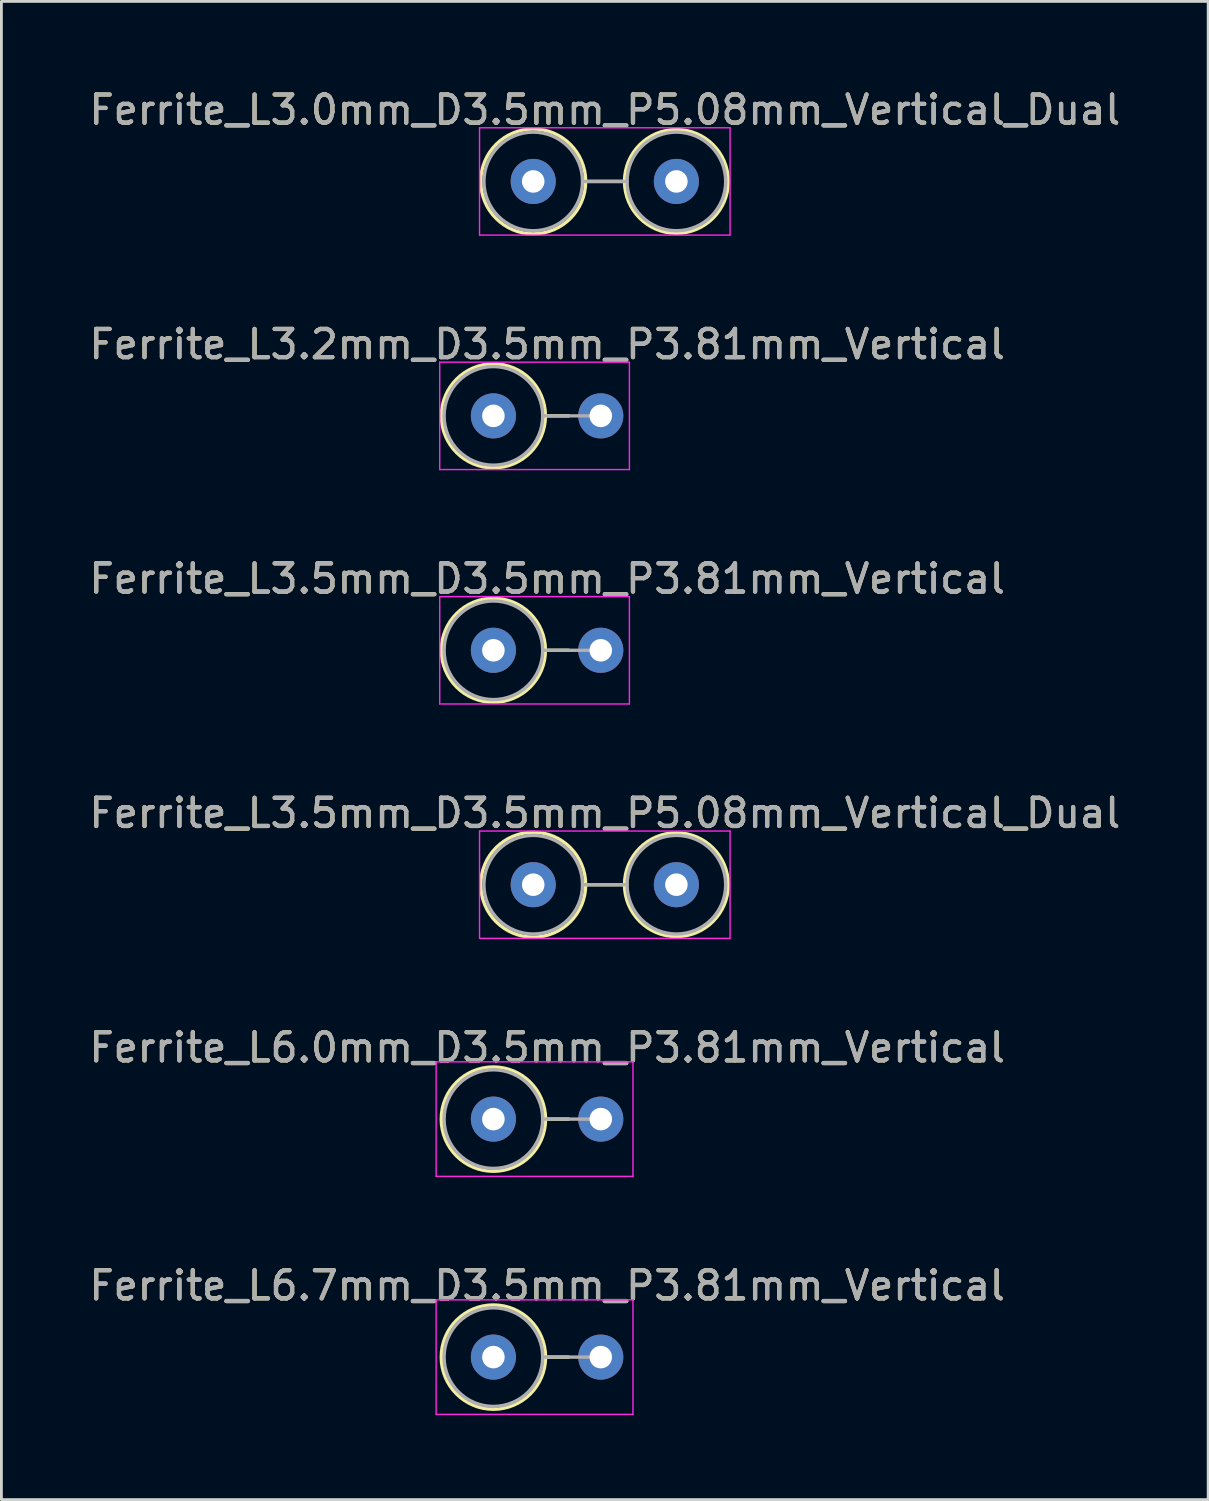
<source format=kicad_pcb>
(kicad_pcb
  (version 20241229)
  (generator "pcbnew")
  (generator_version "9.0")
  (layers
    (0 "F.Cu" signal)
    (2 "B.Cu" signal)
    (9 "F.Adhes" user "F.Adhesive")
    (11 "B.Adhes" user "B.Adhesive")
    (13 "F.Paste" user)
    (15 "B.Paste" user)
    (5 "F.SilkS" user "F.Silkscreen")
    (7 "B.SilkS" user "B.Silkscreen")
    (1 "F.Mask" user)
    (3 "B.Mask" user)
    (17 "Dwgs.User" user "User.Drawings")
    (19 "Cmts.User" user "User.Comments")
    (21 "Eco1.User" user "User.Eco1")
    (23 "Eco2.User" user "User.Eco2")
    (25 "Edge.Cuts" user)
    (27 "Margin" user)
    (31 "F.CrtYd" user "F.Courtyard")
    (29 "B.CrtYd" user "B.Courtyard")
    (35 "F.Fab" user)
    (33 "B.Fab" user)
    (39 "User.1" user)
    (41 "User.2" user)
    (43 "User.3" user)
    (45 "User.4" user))
  (footprint "Ferrite_L3.2mm_D3.5mm_P3.81mm_Vertical"
    (layer "F.Cu")
    (at 14.458 11.707)
    (property "Reference" "Ferrite_L3.2mm_D3.5mm_P3.81mm_Vertical" (at 1.905 -2.54 0) (layer "F.SilkS") (effects (font (size 1 1) (thickness 0.15))))
    (fp_line (start 1.845 0) (end 2.667 0) (stroke (width 0.12) (type solid)) (layer "F.SilkS"))
    (fp_circle (center 0 0) (end -1.845 0) (stroke (width 0.12) (type solid)) (fill no) (layer "F.SilkS"))
    (fp_line (start -1.905 -1.905) (end 4.826 -1.905) (stroke (width 0.05) (type solid)) (layer "F.CrtYd"))
    (fp_line (start -1.905 1.905) (end -1.905 -1.905) (stroke (width 0.05) (type solid)) (layer "F.CrtYd"))
    (fp_line (start 4.826 -1.905) (end 4.826 1.905) (stroke (width 0.05) (type solid)) (layer "F.CrtYd"))
    (fp_line (start 4.826 1.905) (end -1.905 1.905) (stroke (width 0.05) (type solid)) (layer "F.CrtYd"))
    (fp_line (start 1.75 0) (end 3.81 0) (stroke (width 0.12) (type solid)) (layer "F.Fab"))
    (fp_circle (center 0 0) (end -1.75 0) (stroke (width 0.12) (type solid)) (fill no) (layer "F.Fab"))
    (fp_text user "${REFERENCE}" (at 1.905 -2.539 0) (layer "F.Fab") (effects (font (size 1 1) (thickness 0.15))))
    (pad "1" thru_hole circle (at 0 0) (size 1.6 1.6) (drill 0.8) (layers "*.Cu" "*.Mask"))
    (pad "2" thru_hole circle (at 3.81 0) (size 1.6 1.6) (drill 0.8) (layers "*.Cu" "*.Mask")))
  (footprint "Ferrite_L3.5mm_D3.5mm_P3.81mm_Vertical"
    (layer "F.Cu")
    (at 14.458 20.025)
    (property "Reference" "Ferrite_L3.5mm_D3.5mm_P3.81mm_Vertical" (at 1.905 -2.54 0) (layer "F.SilkS") (effects (font (size 1 1) (thickness 0.15))))
    (fp_line (start 1.845 0) (end 2.667 0) (stroke (width 0.12) (type solid)) (layer "F.SilkS"))
    (fp_circle (center 0 0) (end -1.845 0) (stroke (width 0.12) (type solid)) (fill no) (layer "F.SilkS"))
    (fp_line (start -1.905 -1.905) (end 4.826 -1.905) (stroke (width 0.05) (type solid)) (layer "F.CrtYd"))
    (fp_line (start -1.905 1.905) (end -1.905 -1.905) (stroke (width 0.05) (type solid)) (layer "F.CrtYd"))
    (fp_line (start 4.826 -1.905) (end 4.826 1.905) (stroke (width 0.05) (type solid)) (layer "F.CrtYd"))
    (fp_line (start 4.826 1.905) (end -1.905 1.905) (stroke (width 0.05) (type solid)) (layer "F.CrtYd"))
    (fp_line (start 1.75 0) (end 3.81 0) (stroke (width 0.12) (type solid)) (layer "F.Fab"))
    (fp_circle (center 0 0) (end -1.75 0) (stroke (width 0.12) (type solid)) (fill no) (layer "F.Fab"))
    (fp_text user "${REFERENCE}" (at 1.905 -2.539 0) (layer "F.Fab") (effects (font (size 1 1) (thickness 0.15))))
    (pad "1" thru_hole circle (at 0 0) (size 1.6 1.6) (drill 0.8) (layers "*.Cu" "*.Mask"))
    (pad "2" thru_hole circle (at 3.81 0) (size 1.6 1.6) (drill 0.8) (layers "*.Cu" "*.Mask")))
  (footprint "Ferrite_L3.0mm_D3.5mm_P5.08mm_Vertical_Dual"
    (layer "F.Cu")
    (at 15.871 3.388)
    (property "Reference" "Ferrite_L3.0mm_D3.5mm_P5.08mm_Vertical_Dual" (at 2.54 -2.54 0) (layer "F.SilkS") (effects (font (size 1 1) (thickness 0.15))))
    (fp_line (start 1.86 0) (end 3.24 0) (stroke (width 0.12) (type solid)) (layer "F.SilkS"))
    (fp_circle (center 0 0) (end -1.86 0) (stroke (width 0.12) (type solid)) (fill no) (layer "F.SilkS"))
    (fp_circle (center 5.08 0) (end 3.24 0) (stroke (width 0.12) (type solid)) (fill no) (layer "F.SilkS"))
    (fp_line (start -1.905 -1.905) (end 6.985 -1.905) (stroke (width 0.05) (type solid)) (layer "F.CrtYd"))
    (fp_line (start -1.905 1.905) (end -1.905 -1.905) (stroke (width 0.05) (type solid)) (layer "F.CrtYd"))
    (fp_line (start 6.985 -1.905) (end 6.985 1.905) (stroke (width 0.05) (type solid)) (layer "F.CrtYd"))
    (fp_line (start 6.985 1.905) (end -1.905 1.905) (stroke (width 0.05) (type solid)) (layer "F.CrtYd"))
    (fp_line (start 1.75 0) (end 3.33 0) (stroke (width 0.12) (type solid)) (layer "F.Fab"))
    (fp_circle (center 0 0) (end -1.75 0) (stroke (width 0.12) (type solid)) (fill no) (layer "F.Fab"))
    (fp_circle (center 5.08 0) (end 3.33 0) (stroke (width 0.12) (type solid)) (fill no) (layer "F.Fab"))
    (fp_text user "${REFERENCE}" (at 2.54 -2.539 0) (layer "F.Fab") (effects (font (size 1 1) (thickness 0.15))))
    (pad "1" thru_hole circle (at 0 0) (size 1.6 1.6) (drill 0.8) (layers "*.Cu" "*.Mask"))
    (pad "2" thru_hole circle (at 5.08 0) (size 1.6 1.6) (drill 0.8) (layers "*.Cu" "*.Mask")))
  (footprint "Ferrite_L6.0mm_D3.5mm_P3.81mm_Vertical"
    (layer "F.Cu")
    (at 14.458 36.661)
    (property "Reference" "Ferrite_L6.0mm_D3.5mm_P3.81mm_Vertical" (at 1.905 -2.54 0) (layer "F.SilkS") (effects (font (size 1 1) (thickness 0.15))))
    (fp_line (start 1.85 0) (end 2.667 0) (stroke (width 0.12) (type solid)) (layer "F.SilkS"))
    (fp_circle (center 0 0) (end 0 -1.85) (stroke (width 0.12) (type solid)) (fill no) (layer "F.SilkS"))
    (fp_line (start -2.032 -2.032) (end 4.953 -2.032) (stroke (width 0.05) (type solid)) (layer "F.CrtYd"))
    (fp_line (start -2.032 2.032) (end -2.032 -2.032) (stroke (width 0.05) (type solid)) (layer "F.CrtYd"))
    (fp_line (start 4.953 -2.032) (end 4.953 2.032) (stroke (width 0.05) (type solid)) (layer "F.CrtYd"))
    (fp_line (start 4.953 2.032) (end -2.032 2.032) (stroke (width 0.05) (type solid)) (layer "F.CrtYd"))
    (fp_line (start 1.75 0) (end 3.81 0) (stroke (width 0.12) (type solid)) (layer "F.Fab"))
    (fp_circle (center 0 0) (end 0 -1.75) (stroke (width 0.12) (type solid)) (fill no) (layer "F.Fab"))
    (fp_text user "${REFERENCE}" (at 1.905 -2.539 0) (layer "F.Fab") (effects (font (size 1 1) (thickness 0.15))))
    (pad "1" thru_hole circle (at 0 0) (size 1.6 1.6) (drill 0.8) (layers "*.Cu" "*.Mask"))
    (pad "2" thru_hole circle (at 3.81 0) (size 1.6 1.6) (drill 0.8) (layers "*.Cu" "*.Mask")))
  (footprint "Ferrite_L3.5mm_D3.5mm_P5.08mm_Vertical_Dual"
    (layer "F.Cu")
    (at 15.871 28.343)
    (property "Reference" "Ferrite_L3.5mm_D3.5mm_P5.08mm_Vertical_Dual" (at 2.54 -2.54 0) (layer "F.SilkS") (effects (font (size 1 1) (thickness 0.15))))
    (fp_line (start 1.86 0) (end 3.24 0) (stroke (width 0.12) (type solid)) (layer "F.SilkS"))
    (fp_circle (center 0 0) (end -1.86 0) (stroke (width 0.12) (type solid)) (fill no) (layer "F.SilkS"))
    (fp_circle (center 5.08 0) (end 3.24 0) (stroke (width 0.12) (type solid)) (fill no) (layer "F.SilkS"))
    (fp_line (start -1.905 -1.905) (end 6.985 -1.905) (stroke (width 0.05) (type solid)) (layer "F.CrtYd"))
    (fp_line (start -1.905 1.905) (end -1.905 -1.905) (stroke (width 0.05) (type solid)) (layer "F.CrtYd"))
    (fp_line (start 6.985 -1.905) (end 6.985 1.905) (stroke (width 0.05) (type solid)) (layer "F.CrtYd"))
    (fp_line (start 6.985 1.905) (end -1.905 1.905) (stroke (width 0.05) (type solid)) (layer "F.CrtYd"))
    (fp_line (start 1.75 0) (end 3.33 0) (stroke (width 0.12) (type solid)) (layer "F.Fab"))
    (fp_circle (center 0 0) (end -1.75 0) (stroke (width 0.12) (type solid)) (fill no) (layer "F.Fab"))
    (fp_circle (center 5.08 0) (end 3.33 0) (stroke (width 0.12) (type solid)) (fill no) (layer "F.Fab"))
    (fp_text user "${REFERENCE}" (at 2.54 -2.539 0) (layer "F.Fab") (effects (font (size 1 1) (thickness 0.15))))
    (pad "1" thru_hole circle (at 0 0) (size 1.6 1.6) (drill 0.8) (layers "*.Cu" "*.Mask"))
    (pad "2" thru_hole circle (at 5.08 0) (size 1.6 1.6) (drill 0.8) (layers "*.Cu" "*.Mask")))
  (footprint "Ferrite_L6.7mm_D3.5mm_P3.81mm_Vertical"
    (layer "F.Cu")
    (at 14.458 45.106)
    (property "Reference" "Ferrite_L6.7mm_D3.5mm_P3.81mm_Vertical" (at 1.905 -2.54 0) (layer "F.SilkS") (effects (font (size 1 1) (thickness 0.15))))
    (fp_line (start 1.85 0) (end 2.667 0) (stroke (width 0.12) (type solid)) (layer "F.SilkS"))
    (fp_circle (center 0 0) (end 0 -1.85) (stroke (width 0.12) (type solid)) (fill no) (layer "F.SilkS"))
    (fp_line (start -2.032 -2.032) (end 4.953 -2.032) (stroke (width 0.05) (type solid)) (layer "F.CrtYd"))
    (fp_line (start -2.032 2.032) (end -2.032 -2.032) (stroke (width 0.05) (type solid)) (layer "F.CrtYd"))
    (fp_line (start 4.953 -2.032) (end 4.953 2.032) (stroke (width 0.05) (type solid)) (layer "F.CrtYd"))
    (fp_line (start 4.953 2.032) (end -2.032 2.032) (stroke (width 0.05) (type solid)) (layer "F.CrtYd"))
    (fp_line (start 1.75 0) (end 3.81 0) (stroke (width 0.12) (type solid)) (layer "F.Fab"))
    (fp_circle (center 0 0) (end 0 -1.75) (stroke (width 0.12) (type solid)) (fill no) (layer "F.Fab"))
    (fp_text user "${REFERENCE}" (at 1.905 -2.539 0) (layer "F.Fab") (effects (font (size 1 1) (thickness 0.15))))
    (pad "1" thru_hole circle (at 0 0) (size 1.6 1.6) (drill 0.8) (layers "*.Cu" "*.Mask"))
    (pad "2" thru_hole circle (at 3.81 0) (size 1.6 1.6) (drill 0.8) (layers "*.Cu" "*.Mask")))
  (gr_rect
    (start -3 -3)
    (end 39.821 50.163)
    (stroke (width 0.1) (type default))
    (fill no)
    (layer "Edge.Cuts")))
</source>
